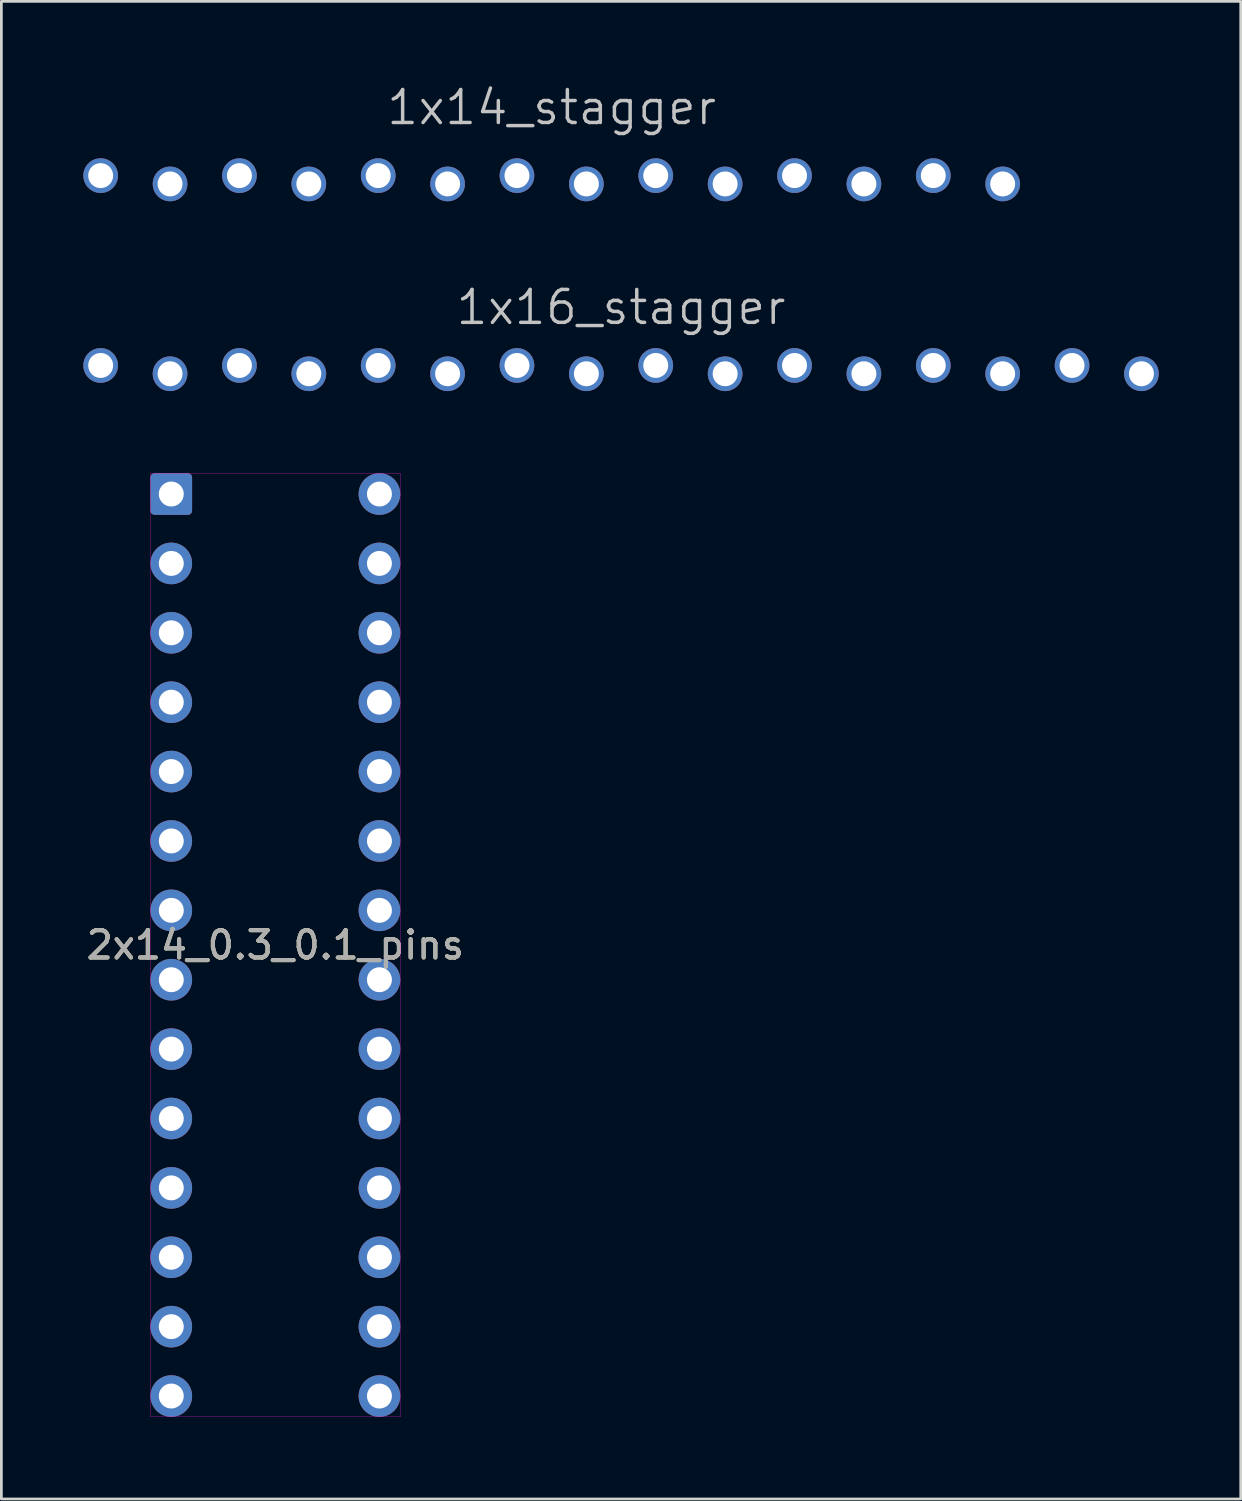
<source format=kicad_pcb>
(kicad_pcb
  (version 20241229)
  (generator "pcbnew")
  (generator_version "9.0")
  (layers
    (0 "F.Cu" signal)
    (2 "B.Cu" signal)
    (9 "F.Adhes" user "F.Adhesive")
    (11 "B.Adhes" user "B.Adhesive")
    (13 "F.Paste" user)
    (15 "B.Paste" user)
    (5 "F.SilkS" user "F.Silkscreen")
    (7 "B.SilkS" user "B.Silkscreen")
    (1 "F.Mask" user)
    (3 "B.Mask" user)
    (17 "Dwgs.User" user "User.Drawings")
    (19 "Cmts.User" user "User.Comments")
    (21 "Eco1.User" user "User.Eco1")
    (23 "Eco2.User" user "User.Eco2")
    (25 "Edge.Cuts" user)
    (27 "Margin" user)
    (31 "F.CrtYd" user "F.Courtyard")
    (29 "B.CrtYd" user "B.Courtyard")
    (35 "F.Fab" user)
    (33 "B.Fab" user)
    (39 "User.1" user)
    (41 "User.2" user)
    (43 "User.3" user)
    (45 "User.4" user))
  (footprint "2x14_0.3_0.1_pins"
    (layer "F.Cu")
    (at 7.03 31.545)
    (property "Reference" "2x14_0.3_0.1_pins" (at 0 0 0) (layer "F.SilkS") (effects (font (size 1 1) (thickness 0.15))))
    (attr through_hole)
    (fp_line (start -4.572 -17.272) (end -4.572 17.272) (stroke (width 0.01) (type solid)) (layer "F.CrtYd"))
    (fp_line (start -4.572 17.272) (end 4.572 17.272) (stroke (width 0.01) (type solid)) (layer "F.CrtYd"))
    (fp_line (start 4.572 -17.272) (end -4.572 -17.272) (stroke (width 0.01) (type solid)) (layer "F.CrtYd"))
    (fp_line (start 4.572 17.272) (end 4.572 -17.272) (stroke (width 0.01) (type solid)) (layer "F.CrtYd"))
    (fp_text user "${REFERENCE}" (at 0 0 0) (layer "F.Fab") (effects (font (size 1 1) (thickness 0.15))))
    (pad "1" thru_hole roundrect (at -3.81 -16.51) (size 1.524 1.524) (drill 0.914) (layers "*.Cu" "*.Mask") (roundrect_rratio 0.1))
    (pad "2" thru_hole circle (at -3.81 -13.97) (size 1.524 1.524) (drill 0.914) (layers "*.Cu" "*.Mask"))
    (pad "3" thru_hole circle (at -3.81 -11.43) (size 1.524 1.524) (drill 0.914) (layers "*.Cu" "*.Mask"))
    (pad "4" thru_hole circle (at -3.81 -8.89) (size 1.524 1.524) (drill 0.914) (layers "*.Cu" "*.Mask"))
    (pad "5" thru_hole circle (at -3.81 -6.35) (size 1.524 1.524) (drill 0.914) (layers "*.Cu" "*.Mask"))
    (pad "6" thru_hole circle (at -3.81 -3.81) (size 1.524 1.524) (drill 0.914) (layers "*.Cu" "*.Mask"))
    (pad "7" thru_hole circle (at -3.81 -1.27) (size 1.524 1.524) (drill 0.914) (layers "*.Cu" "*.Mask"))
    (pad "8" thru_hole circle (at -3.81 1.27) (size 1.524 1.524) (drill 0.914) (layers "*.Cu" "*.Mask"))
    (pad "9" thru_hole circle (at -3.81 3.81) (size 1.524 1.524) (drill 0.914) (layers "*.Cu" "*.Mask"))
    (pad "10" thru_hole circle (at -3.81 6.35) (size 1.524 1.524) (drill 0.914) (layers "*.Cu" "*.Mask"))
    (pad "11" thru_hole circle (at -3.81 8.89) (size 1.524 1.524) (drill 0.914) (layers "*.Cu" "*.Mask"))
    (pad "12" thru_hole circle (at -3.81 11.43) (size 1.524 1.524) (drill 0.914) (layers "*.Cu" "*.Mask"))
    (pad "13" thru_hole circle (at -3.81 13.97) (size 1.524 1.524) (drill 0.914) (layers "*.Cu" "*.Mask"))
    (pad "14" thru_hole circle (at -3.81 16.51) (size 1.524 1.524) (drill 0.914) (layers "*.Cu" "*.Mask"))
    (pad "15" thru_hole circle (at 3.81 16.51) (size 1.524 1.524) (drill 0.914) (layers "*.Cu" "*.Mask"))
    (pad "16" thru_hole circle (at 3.81 13.97) (size 1.524 1.524) (drill 0.914) (layers "*.Cu" "*.Mask"))
    (pad "17" thru_hole circle (at 3.81 11.43) (size 1.524 1.524) (drill 0.914) (layers "*.Cu" "*.Mask"))
    (pad "18" thru_hole circle (at 3.81 8.89) (size 1.524 1.524) (drill 0.914) (layers "*.Cu" "*.Mask"))
    (pad "19" thru_hole circle (at 3.81 6.35) (size 1.524 1.524) (drill 0.914) (layers "*.Cu" "*.Mask"))
    (pad "20" thru_hole circle (at 3.81 3.81) (size 1.524 1.524) (drill 0.914) (layers "*.Cu" "*.Mask"))
    (pad "21" thru_hole circle (at 3.81 1.27) (size 1.524 1.524) (drill 0.914) (layers "*.Cu" "*.Mask"))
    (pad "22" thru_hole circle (at 3.81 -1.27) (size 1.524 1.524) (drill 0.914) (layers "*.Cu" "*.Mask"))
    (pad "23" thru_hole circle (at 3.81 -3.81) (size 1.524 1.524) (drill 0.914) (layers "*.Cu" "*.Mask"))
    (pad "24" thru_hole circle (at 3.81 -6.35) (size 1.524 1.524) (drill 0.914) (layers "*.Cu" "*.Mask"))
    (pad "25" thru_hole circle (at 3.81 -8.89) (size 1.524 1.524) (drill 0.914) (layers "*.Cu" "*.Mask"))
    (pad "26" thru_hole circle (at 3.81 -11.43) (size 1.524 1.524) (drill 0.914) (layers "*.Cu" "*.Mask"))
    (pad "27" thru_hole circle (at 3.81 -13.97) (size 1.524 1.524) (drill 0.914) (layers "*.Cu" "*.Mask"))
    (pad "28" thru_hole circle (at 3.81 -16.51) (size 1.524 1.524) (drill 0.914) (layers "*.Cu" "*.Mask")))
  (footprint "1x14_stagger"
    (layer "F.Cu")
    (at 17.145 3.531)
    (property "Reference" "1x14_stagger" (at 0 -1.943 180) (layer "Dwgs.User") (effects (font (size 1.206 1.206) (thickness 0.127)) (justify bottom)))
    (attr through_hole)
    (fp_poly (pts (xy -16.828 -0.318) (xy -16.828 0.318) (xy -16.192 0.318) (xy -16.192 -0.318)) (stroke (width 0.000254) (type solid)) (fill no) (layer "Dwgs.User"))
    (fp_poly (pts (xy -14.287 -0.318) (xy -14.287 0.318) (xy -13.652 0.318) (xy -13.652 -0.318)) (stroke (width 0.000254) (type solid)) (fill no) (layer "Dwgs.User"))
    (fp_poly (pts (xy -11.748 -0.318) (xy -11.748 0.318) (xy -11.113 0.318) (xy -11.113 -0.318)) (stroke (width 0.000254) (type solid)) (fill no) (layer "Dwgs.User"))
    (fp_poly (pts (xy -9.207 -0.318) (xy -9.207 0.318) (xy -8.572 0.318) (xy -8.572 -0.318)) (stroke (width 0.000254) (type solid)) (fill no) (layer "Dwgs.User"))
    (fp_poly (pts (xy -6.668 -0.318) (xy -6.668 0.318) (xy -6.032 0.318) (xy -6.032 -0.318)) (stroke (width 0.000254) (type solid)) (fill no) (layer "Dwgs.User"))
    (fp_poly (pts (xy -4.128 -0.318) (xy -4.128 0.318) (xy -3.493 0.318) (xy -3.493 -0.318)) (stroke (width 0.000254) (type solid)) (fill no) (layer "Dwgs.User"))
    (fp_poly (pts (xy -1.587 -0.318) (xy -1.587 0.318) (xy -0.953 0.318) (xy -0.953 -0.318)) (stroke (width 0.000254) (type solid)) (fill no) (layer "Dwgs.User"))
    (fp_poly (pts (xy 0.953 -0.318) (xy 0.953 0.318) (xy 1.587 0.318) (xy 1.587 -0.318)) (stroke (width 0.000254) (type solid)) (fill no) (layer "Dwgs.User"))
    (fp_poly (pts (xy 3.493 -0.318) (xy 3.493 0.318) (xy 4.128 0.318) (xy 4.128 -0.318)) (stroke (width 0.000254) (type solid)) (fill no) (layer "Dwgs.User"))
    (fp_poly (pts (xy 6.032 -0.318) (xy 6.032 0.318) (xy 6.668 0.318) (xy 6.668 -0.318)) (stroke (width 0.000254) (type solid)) (fill no) (layer "Dwgs.User"))
    (fp_poly (pts (xy 8.572 -0.318) (xy 8.572 0.318) (xy 9.207 0.318) (xy 9.207 -0.318)) (stroke (width 0.000254) (type solid)) (fill no) (layer "Dwgs.User"))
    (fp_poly (pts (xy 11.113 -0.318) (xy 11.113 0.318) (xy 11.748 0.318) (xy 11.748 -0.318)) (stroke (width 0.000254) (type solid)) (fill no) (layer "Dwgs.User"))
    (fp_poly (pts (xy 13.652 -0.318) (xy 13.652 0.318) (xy 14.287 0.318) (xy 14.287 -0.318)) (stroke (width 0.000254) (type solid)) (fill no) (layer "Dwgs.User"))
    (fp_poly (pts (xy 16.192 -0.318) (xy 16.192 0.318) (xy 16.828 0.318) (xy 16.828 -0.318)) (stroke (width 0.000254) (type solid)) (fill no) (layer "Dwgs.User"))
    (pad "1" thru_hole circle (at -16.51 -0.152) (size 1.27 1.27) (drill 0.914) (layers "*.Cu" "*.Mask"))
    (pad "2" thru_hole circle (at -13.97 0.152) (size 1.27 1.27) (drill 0.914) (layers "*.Cu" "*.Mask"))
    (pad "3" thru_hole circle (at -11.43 -0.152) (size 1.27 1.27) (drill 0.914) (layers "*.Cu" "*.Mask"))
    (pad "4" thru_hole circle (at -8.89 0.152) (size 1.27 1.27) (drill 0.914) (layers "*.Cu" "*.Mask"))
    (pad "5" thru_hole circle (at -6.35 -0.152) (size 1.27 1.27) (drill 0.914) (layers "*.Cu" "*.Mask"))
    (pad "6" thru_hole circle (at -3.81 0.152) (size 1.27 1.27) (drill 0.914) (layers "*.Cu" "*.Mask"))
    (pad "7" thru_hole circle (at -1.27 -0.152) (size 1.27 1.27) (drill 0.914) (layers "*.Cu" "*.Mask"))
    (pad "8" thru_hole circle (at 1.27 0.152) (size 1.27 1.27) (drill 0.914) (layers "*.Cu" "*.Mask"))
    (pad "9" thru_hole circle (at 3.81 -0.152) (size 1.27 1.27) (drill 0.914) (layers "*.Cu" "*.Mask"))
    (pad "10" thru_hole circle (at 6.35 0.152) (size 1.27 1.27) (drill 0.914) (layers "*.Cu" "*.Mask"))
    (pad "11" thru_hole circle (at 8.89 -0.152) (size 1.27 1.27) (drill 0.914) (layers "*.Cu" "*.Mask"))
    (pad "12" thru_hole circle (at 11.43 0.152) (size 1.27 1.27) (drill 0.914) (layers "*.Cu" "*.Mask"))
    (pad "13" thru_hole circle (at 13.97 -0.152) (size 1.27 1.27) (drill 0.914) (layers "*.Cu" "*.Mask"))
    (pad "14" thru_hole circle (at 16.51 0.152) (size 1.27 1.27) (drill 0.914) (layers "*.Cu" "*.Mask")))
  (footprint "1x16_stagger"
    (layer "F.Cu")
    (at 19.685 10.48)
    (property "Reference" "1x16_stagger" (at 0 -1.575 180) (layer "Dwgs.User") (effects (font (size 1.206 1.206) (thickness 0.127)) (justify bottom)))
    (attr through_hole)
    (fp_poly (pts (xy -19.367 -0.318) (xy -19.367 0.318) (xy -18.733 0.318) (xy -18.733 -0.318)) (stroke (width 0.000254) (type solid)) (fill no) (layer "Dwgs.User"))
    (fp_poly (pts (xy -16.828 -0.318) (xy -16.828 0.318) (xy -16.192 0.318) (xy -16.192 -0.318)) (stroke (width 0.000254) (type solid)) (fill no) (layer "Dwgs.User"))
    (fp_poly (pts (xy -14.287 -0.318) (xy -14.287 0.318) (xy -13.652 0.318) (xy -13.652 -0.318)) (stroke (width 0.000254) (type solid)) (fill no) (layer "Dwgs.User"))
    (fp_poly (pts (xy -11.748 -0.318) (xy -11.748 0.318) (xy -11.113 0.318) (xy -11.113 -0.318)) (stroke (width 0.000254) (type solid)) (fill no) (layer "Dwgs.User"))
    (fp_poly (pts (xy -9.207 -0.318) (xy -9.207 0.318) (xy -8.572 0.318) (xy -8.572 -0.318)) (stroke (width 0.000254) (type solid)) (fill no) (layer "Dwgs.User"))
    (fp_poly (pts (xy -6.668 -0.318) (xy -6.668 0.318) (xy -6.032 0.318) (xy -6.032 -0.318)) (stroke (width 0.000254) (type solid)) (fill no) (layer "Dwgs.User"))
    (fp_poly (pts (xy -4.128 -0.318) (xy -4.128 0.318) (xy -3.493 0.318) (xy -3.493 -0.318)) (stroke (width 0.000254) (type solid)) (fill no) (layer "Dwgs.User"))
    (fp_poly (pts (xy -1.587 -0.318) (xy -1.587 0.318) (xy -0.953 0.318) (xy -0.953 -0.318)) (stroke (width 0.000254) (type solid)) (fill no) (layer "Dwgs.User"))
    (fp_poly (pts (xy 0.953 -0.318) (xy 0.953 0.318) (xy 1.587 0.318) (xy 1.587 -0.318)) (stroke (width 0.000254) (type solid)) (fill no) (layer "Dwgs.User"))
    (fp_poly (pts (xy 3.493 -0.318) (xy 3.493 0.318) (xy 4.128 0.318) (xy 4.128 -0.318)) (stroke (width 0.000254) (type solid)) (fill no) (layer "Dwgs.User"))
    (fp_poly (pts (xy 6.032 -0.318) (xy 6.032 0.318) (xy 6.668 0.318) (xy 6.668 -0.318)) (stroke (width 0.000254) (type solid)) (fill no) (layer "Dwgs.User"))
    (fp_poly (pts (xy 8.572 -0.318) (xy 8.572 0.318) (xy 9.207 0.318) (xy 9.207 -0.318)) (stroke (width 0.000254) (type solid)) (fill no) (layer "Dwgs.User"))
    (fp_poly (pts (xy 11.113 -0.318) (xy 11.113 0.318) (xy 11.748 0.318) (xy 11.748 -0.318)) (stroke (width 0.000254) (type solid)) (fill no) (layer "Dwgs.User"))
    (fp_poly (pts (xy 13.652 -0.318) (xy 13.652 0.318) (xy 14.287 0.318) (xy 14.287 -0.318)) (stroke (width 0.000254) (type solid)) (fill no) (layer "Dwgs.User"))
    (fp_poly (pts (xy 16.192 -0.318) (xy 16.192 0.318) (xy 16.828 0.318) (xy 16.828 -0.318)) (stroke (width 0.000254) (type solid)) (fill no) (layer "Dwgs.User"))
    (fp_poly (pts (xy 18.733 -0.318) (xy 18.733 0.318) (xy 19.367 0.318) (xy 19.367 -0.318)) (stroke (width 0.000254) (type solid)) (fill no) (layer "Dwgs.User"))
    (pad "1" thru_hole circle (at -19.05 -0.152) (size 1.27 1.27) (drill 0.914) (layers "*.Cu" "*.Mask"))
    (pad "2" thru_hole circle (at -16.51 0.152) (size 1.27 1.27) (drill 0.914) (layers "*.Cu" "*.Mask"))
    (pad "3" thru_hole circle (at -13.97 -0.152) (size 1.27 1.27) (drill 0.914) (layers "*.Cu" "*.Mask"))
    (pad "4" thru_hole circle (at -11.43 0.152) (size 1.27 1.27) (drill 0.914) (layers "*.Cu" "*.Mask"))
    (pad "5" thru_hole circle (at -8.89 -0.152) (size 1.27 1.27) (drill 0.914) (layers "*.Cu" "*.Mask"))
    (pad "6" thru_hole circle (at -6.35 0.152) (size 1.27 1.27) (drill 0.914) (layers "*.Cu" "*.Mask"))
    (pad "7" thru_hole circle (at -3.81 -0.152) (size 1.27 1.27) (drill 0.914) (layers "*.Cu" "*.Mask"))
    (pad "8" thru_hole circle (at -1.27 0.152) (size 1.27 1.27) (drill 0.914) (layers "*.Cu" "*.Mask"))
    (pad "9" thru_hole circle (at 1.27 -0.152) (size 1.27 1.27) (drill 0.914) (layers "*.Cu" "*.Mask"))
    (pad "10" thru_hole circle (at 3.81 0.152) (size 1.27 1.27) (drill 0.914) (layers "*.Cu" "*.Mask"))
    (pad "11" thru_hole circle (at 6.35 -0.152) (size 1.27 1.27) (drill 0.914) (layers "*.Cu" "*.Mask"))
    (pad "12" thru_hole circle (at 8.89 0.152) (size 1.27 1.27) (drill 0.914) (layers "*.Cu" "*.Mask"))
    (pad "13" thru_hole circle (at 11.43 -0.152) (size 1.27 1.27) (drill 0.914) (layers "*.Cu" "*.Mask"))
    (pad "14" thru_hole circle (at 13.97 0.152) (size 1.27 1.27) (drill 0.914) (layers "*.Cu" "*.Mask"))
    (pad "15" thru_hole circle (at 16.51 -0.152) (size 1.27 1.27) (drill 0.914) (layers "*.Cu" "*.Mask"))
    (pad "16" thru_hole circle (at 19.05 0.152) (size 1.27 1.27) (drill 0.914) (layers "*.Cu" "*.Mask")))
  (gr_rect
    (start -3 -3)
    (end 42.37 51.822)
    (stroke (width 0.1) (type default))
    (fill no)
    (layer "Edge.Cuts")))
</source>
